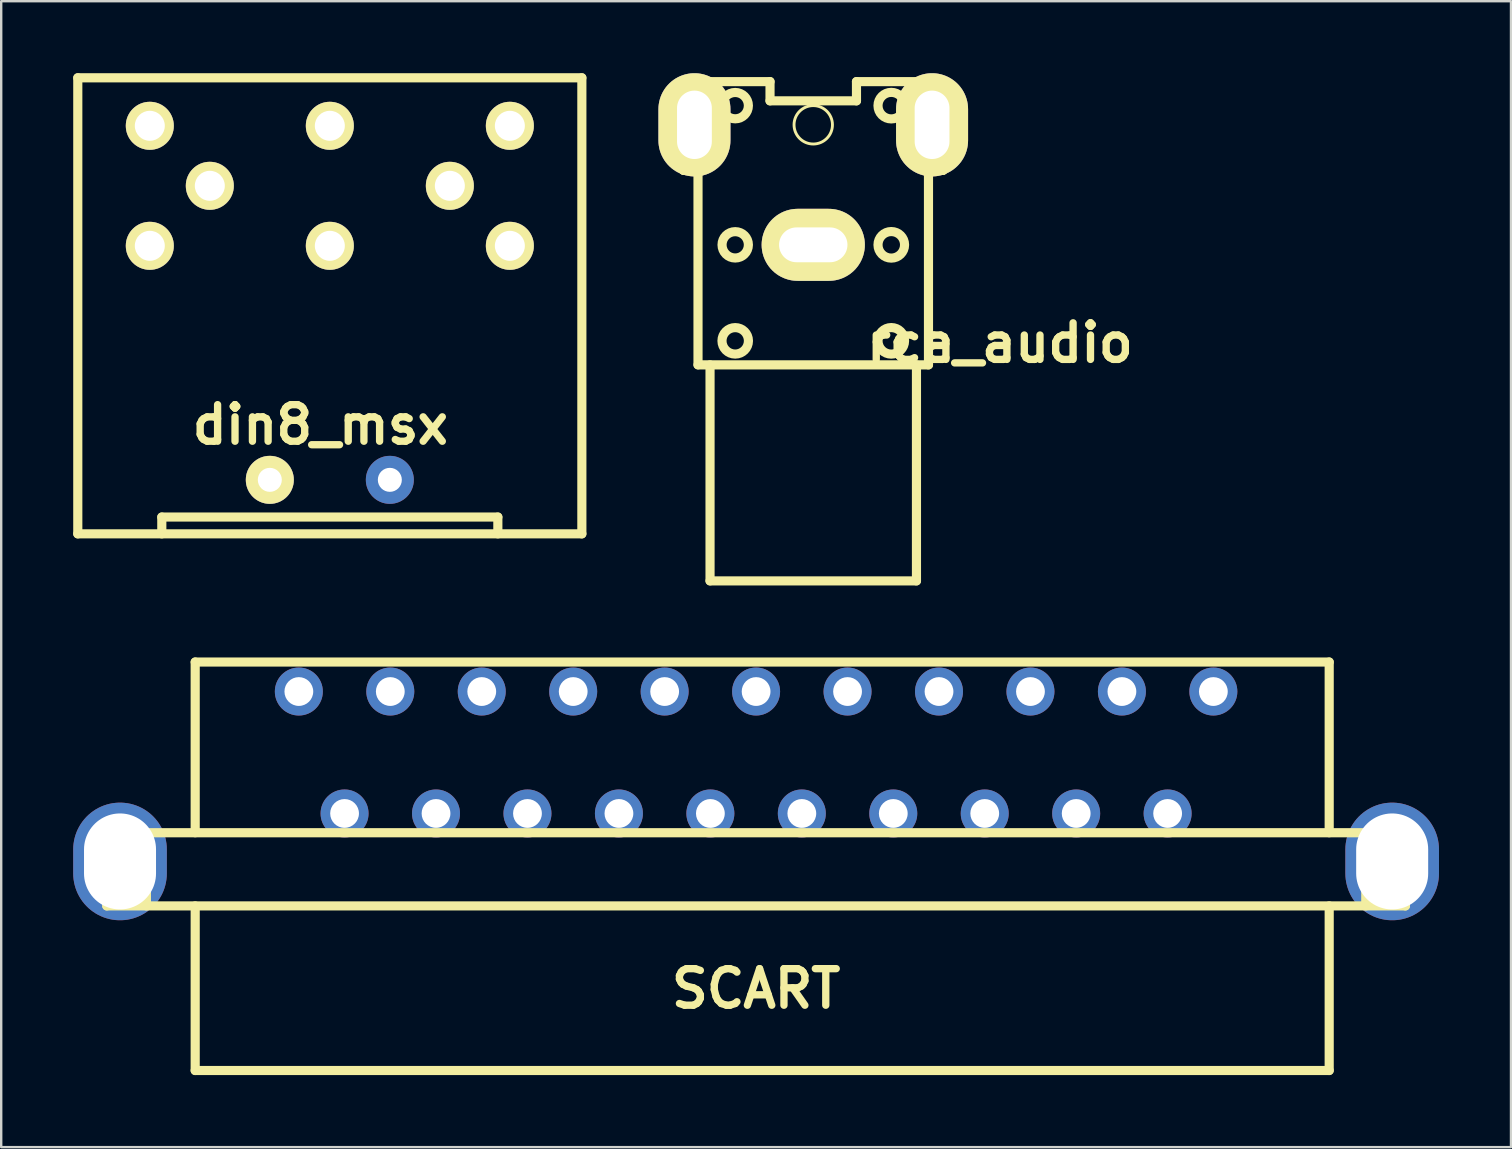
<source format=kicad_pcb>
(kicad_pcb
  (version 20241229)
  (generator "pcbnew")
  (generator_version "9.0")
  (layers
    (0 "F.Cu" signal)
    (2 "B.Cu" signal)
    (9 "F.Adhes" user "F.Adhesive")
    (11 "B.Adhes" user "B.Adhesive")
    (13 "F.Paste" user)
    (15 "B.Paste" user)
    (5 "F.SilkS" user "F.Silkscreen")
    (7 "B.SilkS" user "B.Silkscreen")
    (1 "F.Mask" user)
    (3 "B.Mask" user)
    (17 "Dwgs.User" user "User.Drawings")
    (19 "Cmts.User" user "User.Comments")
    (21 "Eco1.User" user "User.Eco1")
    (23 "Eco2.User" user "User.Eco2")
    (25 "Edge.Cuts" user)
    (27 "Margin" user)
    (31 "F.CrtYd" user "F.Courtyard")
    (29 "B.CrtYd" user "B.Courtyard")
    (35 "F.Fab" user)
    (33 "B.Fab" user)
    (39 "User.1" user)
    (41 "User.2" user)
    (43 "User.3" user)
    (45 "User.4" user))
  (footprint "SCART"
    (layer "F.Cu")
    (at 28.45 33.04)
    (property "Reference" "SCART" (at 0 5.1 0) (layer "F.SilkS") (effects (font (size 1.524 1.524) (thickness 0.305))))
    (attr through_hole)
    (fp_line (start -27.051 -1.397) (end -27.051 1.651) (stroke (width 0.381) (type solid)) (layer "F.SilkS"))
    (fp_line (start -27.051 -1.397) (end 27.051 -1.397) (stroke (width 0.381) (type solid)) (layer "F.SilkS"))
    (fp_line (start -25.4 -1.397) (end -25.4 1.651) (stroke (width 0.381) (type solid)) (layer "F.SilkS"))
    (fp_line (start -23.368 -8.509) (end 23.876 -8.509) (stroke (width 0.381) (type solid)) (layer "F.SilkS"))
    (fp_line (start -23.368 -1.397) (end -23.368 -8.509) (stroke (width 0.381) (type solid)) (layer "F.SilkS"))
    (fp_line (start -23.368 8.509) (end -23.368 1.651) (stroke (width 0.381) (type solid)) (layer "F.SilkS"))
    (fp_line (start -23.368 8.509) (end 23.876 8.509) (stroke (width 0.381) (type solid)) (layer "F.SilkS"))
    (fp_line (start 23.876 -8.509) (end 23.876 -1.397) (stroke (width 0.381) (type solid)) (layer "F.SilkS"))
    (fp_line (start 23.876 8.509) (end 23.876 1.651) (stroke (width 0.381) (type solid)) (layer "F.SilkS"))
    (fp_line (start 25.4 -1.397) (end 25.4 1.651) (stroke (width 0.381) (type solid)) (layer "F.SilkS"))
    (fp_line (start 27.051 -1.397) (end 27.051 1.651) (stroke (width 0.381) (type solid)) (layer "F.SilkS"))
    (fp_line (start 27.051 1.651) (end -27.051 1.651) (stroke (width 0.381) (type solid)) (layer "F.SilkS"))
    (pad "" thru_hole oval (at -26.5 -0.201) (size 3.9 4.9) (drill oval 3 4) (layers "*.Cu" "*.Mask"))
    (pad "" thru_hole oval (at 26.5 -0.201) (size 3.9 4.9) (drill oval 3 4) (layers "*.Cu" "*.Mask"))
    (pad "1" thru_hole circle (at 19.05 -7.28) (size 1.999 1.999) (drill 1.199) (layers "*.Cu" "*.Mask"))
    (pad "2" thru_hole circle (at 17.145 -2.2) (size 1.999 1.999) (drill 1.199) (layers "*.Cu" "*.Mask"))
    (pad "3" thru_hole circle (at 15.24 -7.28) (size 1.999 1.999) (drill 1.199) (layers "*.Cu" "*.Mask"))
    (pad "4" thru_hole circle (at 13.335 -2.2) (size 1.999 1.999) (drill 1.199) (layers "*.Cu" "*.Mask"))
    (pad "5" thru_hole circle (at 11.43 -7.28) (size 1.999 1.999) (drill 1.199) (layers "*.Cu" "*.Mask"))
    (pad "6" thru_hole circle (at 9.525 -2.2) (size 1.999 1.999) (drill 1.199) (layers "*.Cu" "*.Mask"))
    (pad "7" thru_hole circle (at 7.62 -7.28) (size 1.999 1.999) (drill 1.199) (layers "*.Cu" "*.Mask"))
    (pad "8" thru_hole circle (at 5.715 -2.2) (size 1.999 1.999) (drill 1.199) (layers "*.Cu" "*.Mask"))
    (pad "9" thru_hole circle (at 3.81 -7.28) (size 1.999 1.999) (drill 1.199) (layers "*.Cu" "*.Mask"))
    (pad "10" thru_hole circle (at 1.905 -2.2) (size 1.999 1.999) (drill 1.199) (layers "*.Cu" "*.Mask"))
    (pad "11" thru_hole circle (at 0 -7.28) (size 1.999 1.999) (drill 1.199) (layers "*.Cu" "*.Mask"))
    (pad "12" thru_hole circle (at -1.905 -2.2) (size 1.999 1.999) (drill 1.199) (layers "*.Cu" "*.Mask"))
    (pad "13" thru_hole circle (at -3.81 -7.28) (size 1.999 1.999) (drill 1.199) (layers "*.Cu" "*.Mask"))
    (pad "14" thru_hole circle (at -5.715 -2.2) (size 1.999 1.999) (drill 1.199) (layers "*.Cu" "*.Mask"))
    (pad "15" thru_hole circle (at -7.62 -7.28) (size 1.999 1.999) (drill 1.199) (layers "*.Cu" "*.Mask"))
    (pad "16" thru_hole circle (at -9.525 -2.2) (size 1.999 1.999) (drill 1.199) (layers "*.Cu" "*.Mask"))
    (pad "17" thru_hole circle (at -11.43 -7.28) (size 1.999 1.999) (drill 1.199) (layers "*.Cu" "*.Mask"))
    (pad "18" thru_hole circle (at -13.335 -2.2) (size 1.999 1.999) (drill 1.199) (layers "*.Cu" "*.Mask"))
    (pad "19" thru_hole circle (at -15.24 -7.28) (size 1.999 1.999) (drill 1.199) (layers "*.Cu" "*.Mask"))
    (pad "20" thru_hole circle (at -17.145 -2.2) (size 1.999 1.999) (drill 1.199) (layers "*.Cu" "*.Mask"))
    (pad "21" thru_hole circle (at -19.05 -7.28) (size 1.999 1.999) (drill 1.199) (layers "*.Cu" "*.Mask")))
  (footprint "rca_audio"
    (layer "F.Cu")
    (at 30.831 7.15)
    (property "Reference" "rca_audio" (at 7.777 4.084 0) (layer "F.SilkS") (effects (font (size 1.524 1.524) (thickness 0.305))))
    (attr through_hole)
    (fp_line (start -5.4 -4.9) (end -4.801 -4.9) (stroke (width 0.381) (type solid)) (layer "F.SilkS"))
    (fp_line (start -5.4 -3.099) (end -5.4 -4.9) (stroke (width 0.381) (type solid)) (layer "F.SilkS"))
    (fp_line (start -4.801 -6.8) (end -1.801 -6.8) (stroke (width 0.381) (type solid)) (layer "F.SilkS"))
    (fp_line (start -4.801 -3.099) (end -5.4 -3.099) (stroke (width 0.381) (type solid)) (layer "F.SilkS"))
    (fp_line (start -4.801 4.999) (end -4.801 -6.802) (stroke (width 0.381) (type solid)) (layer "F.SilkS"))
    (fp_line (start -4.3 5.001) (end -4.3 14) (stroke (width 0.381) (type solid)) (layer "F.SilkS"))
    (fp_line (start -4.3 14) (end 4.3 14) (stroke (width 0.381) (type solid)) (layer "F.SilkS"))
    (fp_line (start -1.801 -6.8) (end -1.801 -5.999) (stroke (width 0.381) (type solid)) (layer "F.SilkS"))
    (fp_line (start -1.801 -5.999) (end 1.801 -5.999) (stroke (width 0.381) (type solid)) (layer "F.SilkS"))
    (fp_line (start 1.801 -6.8) (end 4.801 -6.8) (stroke (width 0.381) (type solid)) (layer "F.SilkS"))
    (fp_line (start 1.801 -5.999) (end 1.801 -6.8) (stroke (width 0.381) (type solid)) (layer "F.SilkS"))
    (fp_line (start 4.3 14) (end 4.3 5.001) (stroke (width 0.381) (type solid)) (layer "F.SilkS"))
    (fp_line (start 4.801 -6.8) (end 4.801 5.001) (stroke (width 0.381) (type solid)) (layer "F.SilkS"))
    (fp_line (start 4.801 -4.9) (end 5.4 -4.9) (stroke (width 0.381) (type solid)) (layer "F.SilkS"))
    (fp_line (start 4.801 5.001) (end -4.801 5.001) (stroke (width 0.381) (type solid)) (layer "F.SilkS"))
    (fp_line (start 5.4 -4.9) (end 5.4 -3.099) (stroke (width 0.381) (type solid)) (layer "F.SilkS"))
    (fp_line (start 5.4 -3.099) (end 4.801 -3.099) (stroke (width 0.381) (type solid)) (layer "F.SilkS"))
    (fp_circle (center -3.251 -5.799) (end -3.8 -5.799) (stroke (width 0.381) (type solid)) (fill no) (layer "F.SilkS"))
    (fp_circle (center -3.251 0) (end -3.8 0) (stroke (width 0.381) (type solid)) (fill no) (layer "F.SilkS"))
    (fp_circle (center -3.251 4) (end -3.8 3.95) (stroke (width 0.381) (type solid)) (fill no) (layer "F.SilkS"))
    (fp_circle (center 0 -5) (end 0.8 -5) (stroke (width 0.12) (type solid)) (fill no) (layer "F.SilkS"))
    (fp_circle (center 3.251 -5.799) (end 2.7 -5.85) (stroke (width 0.381) (type solid)) (fill no) (layer "F.SilkS"))
    (fp_circle (center 3.251 0) (end 2.7 -0.051) (stroke (width 0.381) (type solid)) (fill no) (layer "F.SilkS"))
    (fp_circle (center 3.251 4) (end 2.7 4.049) (stroke (width 0.381) (type solid)) (fill no) (layer "F.SilkS"))
    (pad "1" thru_hole oval (at 0 0 90) (size 3 4.3) (drill oval 1.45 2.85) (layers "*.Cu" "*.Mask" "F.SilkS"))
    (pad "2" thru_hole oval (at -4.95 -5) (size 3 4.3) (drill oval 1.45 2.85) (layers "*.Cu" "*.Mask" "F.SilkS"))
    (pad "2" thru_hole oval (at 4.95 -5) (size 3 4.3) (drill oval 1.45 2.85) (layers "*.Cu" "*.Mask" "F.SilkS")))
  (footprint "din8_msx"
    (layer "F.Cu")
    (at 10.691 7.191)
    (property "Reference" "din8_msx" (at -0.394 7.452 0) (layer "F.SilkS") (effects (font (size 1.524 1.524) (thickness 0.305))))
    (attr through_hole)
    (fp_line (start -10.5 -7) (end -10.5 12) (stroke (width 0.381) (type solid)) (layer "F.SilkS"))
    (fp_line (start -10.5 -7) (end 10.5 -7) (stroke (width 0.381) (type solid)) (layer "F.SilkS"))
    (fp_line (start -10.5 12) (end 10.5 12) (stroke (width 0.381) (type solid)) (layer "F.SilkS"))
    (fp_line (start -7 11.3) (end -7 12) (stroke (width 0.381) (type solid)) (layer "F.SilkS"))
    (fp_line (start -7 11.3) (end 7 11.3) (stroke (width 0.381) (type solid)) (layer "F.SilkS"))
    (fp_line (start 7 11.3) (end 7 12) (stroke (width 0.381) (type solid)) (layer "F.SilkS"))
    (fp_line (start 10.5 -7) (end 10.5 12) (stroke (width 0.381) (type solid)) (layer "F.SilkS"))
    (pad "" thru_hole circle (at -2.5 9.75 90) (size 2 2) (drill 1) (layers "*.Cu" "*.Mask" "F.SilkS"))
    (pad "" thru_hole circle (at 2.5 9.75 90) (size 2 2) (drill 1) (layers "*.Cu" "*.Mask"))
    (pad "1" thru_hole circle (at 7.5 0 90) (size 2 2) (drill 1.25) (layers "*.Cu" "*.Mask" "F.SilkS"))
    (pad "2" thru_hole circle (at 0 0 90) (size 2 2) (drill 1.25) (layers "*.Cu" "*.Mask" "F.SilkS"))
    (pad "3" thru_hole circle (at -7.5 0 90) (size 2 2) (drill 1.25) (layers "*.Cu" "*.Mask" "F.SilkS"))
    (pad "4" thru_hole circle (at 5 -2.5 90) (size 2 2) (drill 1.25) (layers "*.Cu" "*.Mask" "F.SilkS"))
    (pad "5" thru_hole circle (at -5 -2.5 90) (size 2 2) (drill 1.25) (layers "*.Cu" "*.Mask" "F.SilkS"))
    (pad "6" thru_hole circle (at 7.5 -5 90) (size 2 2) (drill 1.25) (layers "*.Cu" "*.Mask" "F.SilkS"))
    (pad "7" thru_hole circle (at -7.5 -5 90) (size 2 2) (drill 1.25) (layers "*.Cu" "*.Mask" "F.SilkS"))
    (pad "8" thru_hole circle (at 0 -5 90) (size 2 2) (drill 1.25) (layers "*.Cu" "*.Mask" "F.SilkS")))
  (gr_rect
    (start -3 -3)
    (end 59.9 44.74)
    (stroke (width 0.1) (type default))
    (fill no)
    (layer "Edge.Cuts")))
</source>
